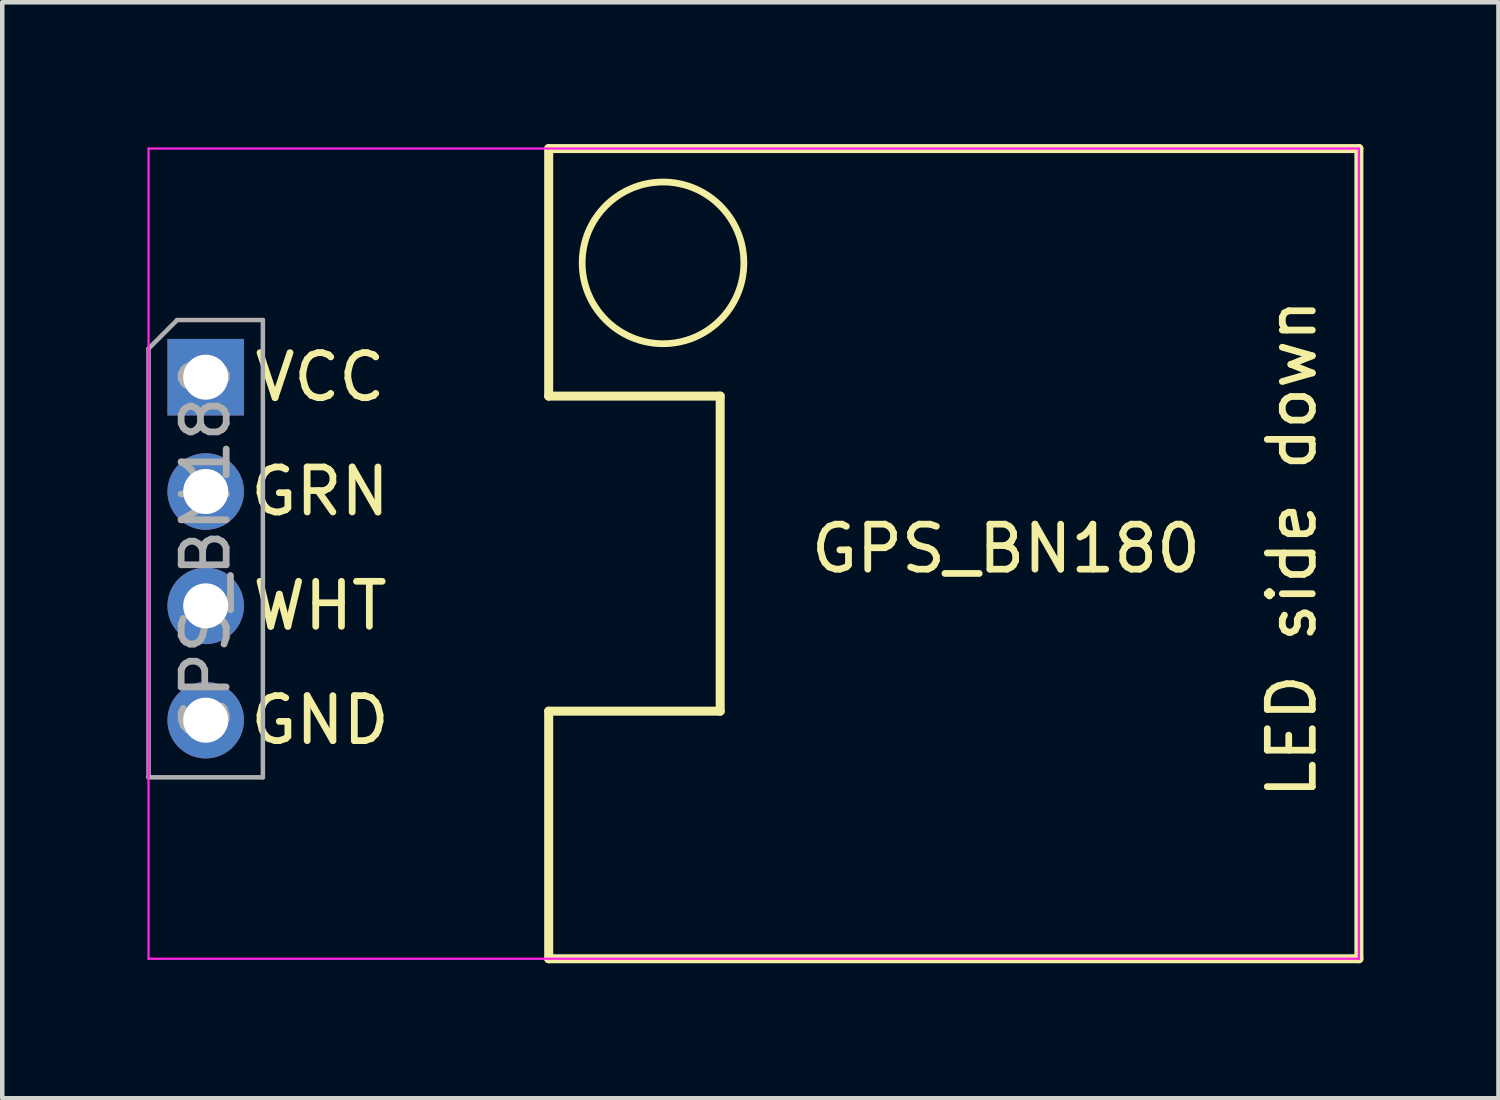
<source format=kicad_pcb>
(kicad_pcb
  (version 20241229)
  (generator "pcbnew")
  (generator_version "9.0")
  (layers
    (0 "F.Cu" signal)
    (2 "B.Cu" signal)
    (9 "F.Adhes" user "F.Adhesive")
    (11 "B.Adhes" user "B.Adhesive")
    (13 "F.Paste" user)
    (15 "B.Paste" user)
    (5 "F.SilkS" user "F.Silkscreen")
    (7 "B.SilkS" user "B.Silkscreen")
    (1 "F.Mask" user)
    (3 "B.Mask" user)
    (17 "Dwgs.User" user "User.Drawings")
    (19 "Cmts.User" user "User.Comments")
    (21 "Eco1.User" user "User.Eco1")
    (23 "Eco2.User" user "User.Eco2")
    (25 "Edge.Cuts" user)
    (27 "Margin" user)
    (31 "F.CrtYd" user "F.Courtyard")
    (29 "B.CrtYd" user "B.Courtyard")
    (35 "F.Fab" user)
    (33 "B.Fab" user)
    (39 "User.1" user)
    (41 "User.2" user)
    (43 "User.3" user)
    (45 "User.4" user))
  (footprint "GPS_BN180"
    (layer "F.Cu")
    (at 0.25 0.25)
    (property "Reference" "GPS_BN180" (at 19.05 8.89 0) (layer "F.SilkS") (effects (font (size 1 1) (thickness 0.15))))
    (attr through_hole)
    (fp_line (start 8.89 0) (end 26.89 0) (stroke (width 0.2) (type solid)) (layer "F.SilkS"))
    (fp_line (start 8.89 5.5) (end 8.89 0) (stroke (width 0.2) (type solid)) (layer "F.SilkS"))
    (fp_line (start 8.89 5.5) (end 12.7 5.5) (stroke (width 0.2) (type solid)) (layer "F.SilkS"))
    (fp_line (start 8.89 12.5) (end 8.89 18) (stroke (width 0.2) (type solid)) (layer "F.SilkS"))
    (fp_line (start 12.7 12.5) (end 8.89 12.5) (stroke (width 0.2) (type solid)) (layer "F.SilkS"))
    (fp_line (start 12.7 12.5) (end 12.7 5.5) (stroke (width 0.2) (type solid)) (layer "F.SilkS"))
    (fp_line (start 26.89 18) (end 8.89 18) (stroke (width 0.2) (type solid)) (layer "F.SilkS"))
    (fp_line (start 26.89 18) (end 26.89 0) (stroke (width 0.2) (type solid)) (layer "F.SilkS"))
    (fp_circle (center 11.43 2.54) (end 12.7 3.81) (stroke (width 0.15) (type solid)) (fill no) (layer "F.SilkS"))
    (fp_line (start 0 0) (end 0 18) (stroke (width 0.05) (type solid)) (layer "F.CrtYd"))
    (fp_line (start 0 18) (end 26.89 18) (stroke (width 0.05) (type solid)) (layer "F.CrtYd"))
    (fp_line (start 26.89 0) (end 0 0) (stroke (width 0.05) (type solid)) (layer "F.CrtYd"))
    (fp_line (start 26.89 18) (end 26.89 0) (stroke (width 0.05) (type solid)) (layer "F.CrtYd"))
    (fp_line (start 0 4.445) (end 0.635 3.81) (stroke (width 0.1) (type solid)) (layer "F.Fab"))
    (fp_line (start 0 13.97) (end 0 4.445) (stroke (width 0.1) (type solid)) (layer "F.Fab"))
    (fp_line (start 0.635 3.81) (end 2.54 3.81) (stroke (width 0.1) (type solid)) (layer "F.Fab"))
    (fp_line (start 2.54 3.81) (end 2.54 13.97) (stroke (width 0.1) (type solid)) (layer "F.Fab"))
    (fp_line (start 2.54 13.97) (end 0 13.97) (stroke (width 0.1) (type solid)) (layer "F.Fab"))
    (fp_text user "LED side down" (at 25.4 8.89 270) (layer "F.SilkS") (effects (font (size 1 1) (thickness 0.15))))
    (fp_text user "WHT" (at 3.81 10.16 0) (layer "F.SilkS") (effects (font (size 1 1) (thickness 0.15))))
    (fp_text user "GRN" (at 3.81 7.62 0) (layer "F.SilkS") (effects (font (size 1 1) (thickness 0.15))))
    (fp_text user "VCC" (at 3.81 5.08 0) (layer "F.SilkS") (effects (font (size 1 1) (thickness 0.15))))
    (fp_text user "GND" (at 3.81 12.7 0) (layer "F.SilkS") (effects (font (size 1 1) (thickness 0.15))))
    (fp_text user "${REFERENCE}" (at 1.27 8.89 90) (layer "F.Fab") (effects (font (size 1 1) (thickness 0.15))))
    (pad "1" thru_hole rect (at 1.27 5.08) (size 1.7 1.7) (drill 1) (layers "*.Cu" "*.Mask"))
    (pad "2" thru_hole oval (at 1.27 7.62) (size 1.7 1.7) (drill 1) (layers "*.Cu" "*.Mask"))
    (pad "3" thru_hole oval (at 1.27 10.16) (size 1.7 1.7) (drill 1) (layers "*.Cu" "*.Mask"))
    (pad "4" thru_hole oval (at 1.27 12.7) (size 1.7 1.7) (drill 1) (layers "*.Cu" "*.Mask")))
  (gr_rect
    (start -3 -3)
    (end 30.24 21.35)
    (stroke (width 0.1) (type default))
    (fill no)
    (layer "Edge.Cuts")))
</source>
